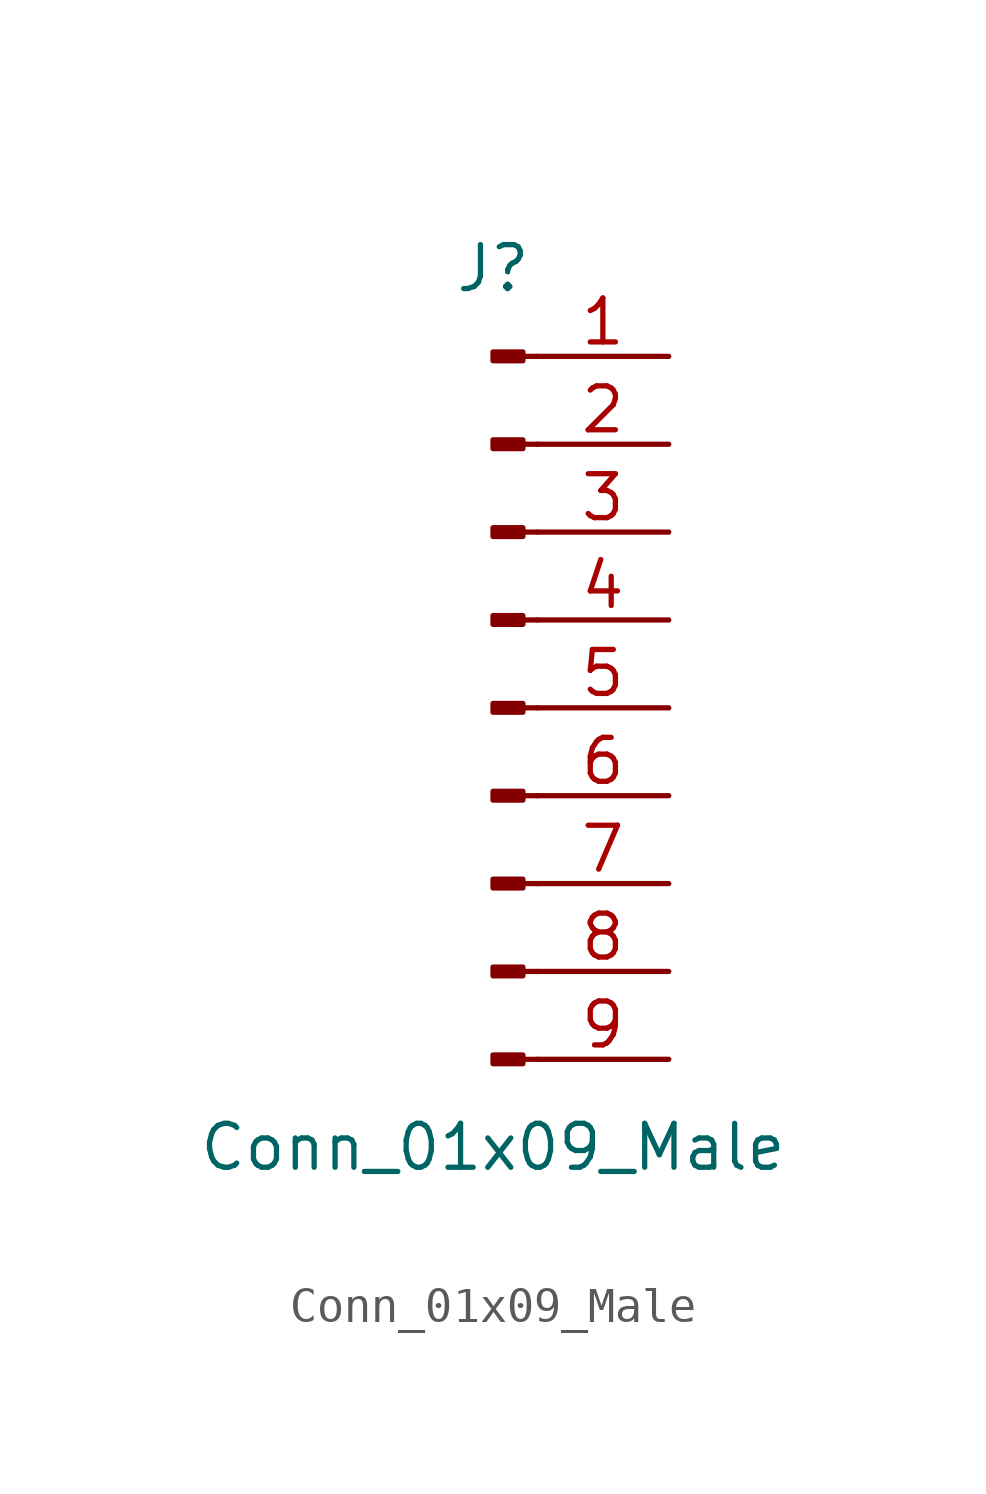
<source format=kicad_sym>
(kicad_symbol_lib
  (version 20220914)
  (generator kicad_symbol_editor)
  (symbol "Conn_01x09_Male"
    (pin_names
      (offset 1.016) hide)
    (property "Reference" "J"
      (at 0 12.7 0)
      (effects (font (size 1.27 1.27))))
    (property "Value" "Conn_01x09_Male"
      (at 0 -12.7 0)
      (effects (font (size 1.27 1.27))))
    (symbol "Conn_01x09_Male_1_1"
      (polyline (pts (xy 1.27 -10.16) (xy 0.864 -10.16)) (stroke (width 0.152) (type default)) (fill (type none)))
      (polyline (pts (xy 1.27 -7.62) (xy 0.864 -7.62)) (stroke (width 0.152) (type default)) (fill (type none)))
      (polyline (pts (xy 1.27 -5.08) (xy 0.864 -5.08)) (stroke (width 0.152) (type default)) (fill (type none)))
      (polyline (pts (xy 1.27 -2.54) (xy 0.864 -2.54)) (stroke (width 0.152) (type default)) (fill (type none)))
      (polyline (pts (xy 1.27 0) (xy 0.864 0)) (stroke (width 0.152) (type default)) (fill (type none)))
      (polyline (pts (xy 1.27 2.54) (xy 0.864 2.54)) (stroke (width 0.152) (type default)) (fill (type none)))
      (polyline (pts (xy 1.27 5.08) (xy 0.864 5.08)) (stroke (width 0.152) (type default)) (fill (type none)))
      (polyline (pts (xy 1.27 7.62) (xy 0.864 7.62)) (stroke (width 0.152) (type default)) (fill (type none)))
      (polyline (pts (xy 1.27 10.16) (xy 0.864 10.16)) (stroke (width 0.152) (type default)) (fill (type none)))
      (rectangle (start 0.864 -10.033) (end 0 -10.287) (stroke (width 0.152) (type default)) (fill (type outline)))
      (rectangle (start 0.864 -7.493) (end 0 -7.747) (stroke (width 0.152) (type default)) (fill (type outline)))
      (rectangle (start 0.864 -4.953) (end 0 -5.207) (stroke (width 0.152) (type default)) (fill (type outline)))
      (rectangle (start 0.864 -2.413) (end 0 -2.667) (stroke (width 0.152) (type default)) (fill (type outline)))
      (rectangle (start 0.864 0.127) (end 0 -0.127) (stroke (width 0.152) (type default)) (fill (type outline)))
      (rectangle (start 0.864 2.667) (end 0 2.413) (stroke (width 0.152) (type default)) (fill (type outline)))
      (rectangle (start 0.864 5.207) (end 0 4.953) (stroke (width 0.152) (type default)) (fill (type outline)))
      (rectangle (start 0.864 7.747) (end 0 7.493) (stroke (width 0.152) (type default)) (fill (type outline)))
      (rectangle (start 0.864 10.287) (end 0 10.033) (stroke (width 0.152) (type default)) (fill (type outline)))
      (pin passive line (at 5.08 10.16 180) (length 3.81) (name "Pin_1" (effects (font (size 1.27 1.27)))) (number "1" (effects (font (size 1.27 1.27)))))
      (pin passive line (at 5.08 7.62 180) (length 3.81) (name "Pin_2" (effects (font (size 1.27 1.27)))) (number "2" (effects (font (size 1.27 1.27)))))
      (pin passive line (at 5.08 5.08 180) (length 3.81) (name "Pin_3" (effects (font (size 1.27 1.27)))) (number "3" (effects (font (size 1.27 1.27)))))
      (pin passive line (at 5.08 2.54 180) (length 3.81) (name "Pin_4" (effects (font (size 1.27 1.27)))) (number "4" (effects (font (size 1.27 1.27)))))
      (pin passive line (at 5.08 0 180) (length 3.81) (name "Pin_5" (effects (font (size 1.27 1.27)))) (number "5" (effects (font (size 1.27 1.27)))))
      (pin passive line (at 5.08 -2.54 180) (length 3.81) (name "Pin_6" (effects (font (size 1.27 1.27)))) (number "6" (effects (font (size 1.27 1.27)))))
      (pin passive line (at 5.08 -5.08 180) (length 3.81) (name "Pin_7" (effects (font (size 1.27 1.27)))) (number "7" (effects (font (size 1.27 1.27)))))
      (pin passive line (at 5.08 -7.62 180) (length 3.81) (name "Pin_8" (effects (font (size 1.27 1.27)))) (number "8" (effects (font (size 1.27 1.27)))))
      (pin passive line (at 5.08 -10.16 180) (length 3.81) (name "Pin_9" (effects (font (size 1.27 1.27)))) (number "9" (effects (font (size 1.27 1.27))))))))
</source>
